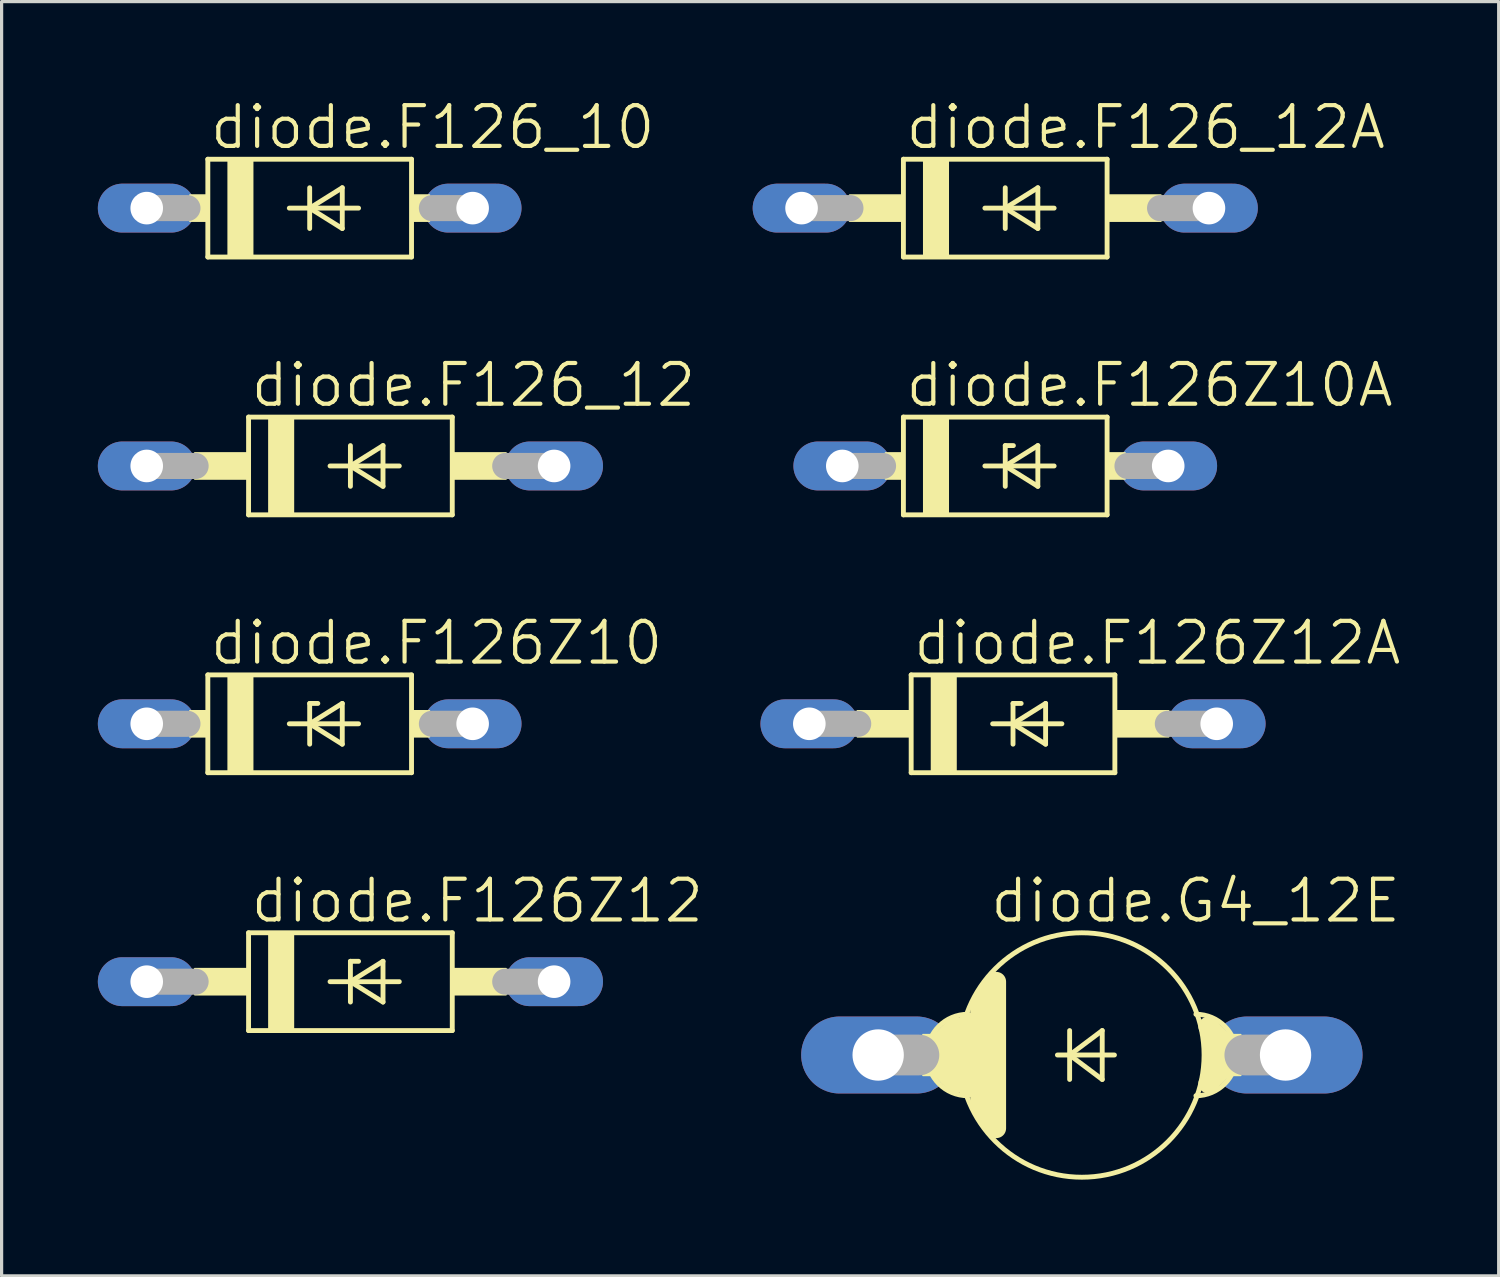
<source format=kicad_pcb>
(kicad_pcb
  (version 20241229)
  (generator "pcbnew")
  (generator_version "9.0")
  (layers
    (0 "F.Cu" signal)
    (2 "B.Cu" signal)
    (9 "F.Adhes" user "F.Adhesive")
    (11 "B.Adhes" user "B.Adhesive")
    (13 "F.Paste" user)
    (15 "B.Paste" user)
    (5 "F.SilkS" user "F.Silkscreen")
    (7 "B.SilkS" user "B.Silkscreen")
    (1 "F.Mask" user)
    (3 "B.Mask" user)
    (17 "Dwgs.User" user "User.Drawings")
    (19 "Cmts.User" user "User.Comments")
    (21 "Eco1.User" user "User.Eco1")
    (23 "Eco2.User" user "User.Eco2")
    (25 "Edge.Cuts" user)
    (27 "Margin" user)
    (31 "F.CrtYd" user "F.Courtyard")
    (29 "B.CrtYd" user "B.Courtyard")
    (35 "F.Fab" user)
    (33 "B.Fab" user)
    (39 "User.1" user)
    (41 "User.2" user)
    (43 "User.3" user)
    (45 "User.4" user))
  (footprint "diode.F126_12A"
    (layer "F.Cu")
    (at 28.288 3.438)
    (property "Reference" "diode.F126_12A" (at -3.175 -1.778 0) (layer "F.SilkS") (effects (font (size 1.27 1.27) (thickness 0.13)) (justify left bottom)))
    (attr through_hole)
    (fp_line (start -3.175 -1.524) (end -3.175 1.524) (stroke (width 0.152) (type default)) (layer "F.SilkS"))
    (fp_line (start -3.175 1.524) (end 3.175 1.524) (stroke (width 0.152) (type default)) (layer "F.SilkS"))
    (fp_line (start -0.635 0) (end 0 0) (stroke (width 0.152) (type default)) (layer "F.SilkS"))
    (fp_line (start 0 -0.635) (end 0 0) (stroke (width 0.152) (type default)) (layer "F.SilkS"))
    (fp_line (start 0 0) (end 0 0.635) (stroke (width 0.152) (type default)) (layer "F.SilkS"))
    (fp_line (start 0 0) (end 1.016 -0.635) (stroke (width 0.152) (type default)) (layer "F.SilkS"))
    (fp_line (start 0 0) (end 1.524 0) (stroke (width 0.152) (type default)) (layer "F.SilkS"))
    (fp_line (start 1.016 -0.635) (end 1.016 0.635) (stroke (width 0.152) (type default)) (layer "F.SilkS"))
    (fp_line (start 1.016 0.635) (end 0 0) (stroke (width 0.152) (type default)) (layer "F.SilkS"))
    (fp_line (start 3.175 -1.524) (end -3.175 -1.524) (stroke (width 0.152) (type default)) (layer "F.SilkS"))
    (fp_line (start 3.175 1.524) (end 3.175 -1.524) (stroke (width 0.152) (type default)) (layer "F.SilkS"))
    (fp_rect (start -4.851 0.406) (end -3.175 -0.406) (stroke (width 0.05) (type default)) (fill yes) (layer "F.SilkS"))
    (fp_rect (start -2.54 1.524) (end -1.778 -1.524) (stroke (width 0.05) (type default)) (fill yes) (layer "F.SilkS"))
    (fp_rect (start 3.175 0.406) (end 4.851 -0.406) (stroke (width 0.05) (type default)) (fill yes) (layer "F.SilkS"))
    (fp_line (start -6.35 0) (end -4.826 0) (stroke (width 0.813) (type default)) (layer "F.Fab"))
    (fp_line (start 6.35 0) (end 4.826 0) (stroke (width 0.813) (type default)) (layer "F.Fab"))
    (pad "A" thru_hole oval (at 6.35 0) (size 3.048 1.524) (drill 1.016) (layers "*.Cu" "*.Mask"))
    (pad "C" thru_hole oval (at -6.35 0) (size 3.048 1.524) (drill 1.016) (layers "*.Cu" "*.Mask")))
  (footprint "diode.F126Z12"
    (layer "F.Cu")
    (at 7.874 27.553)
    (property "Reference" "diode.F126Z12" (at -3.175 -1.778 0) (layer "F.SilkS") (effects (font (size 1.27 1.27) (thickness 0.13)) (justify left bottom)))
    (attr through_hole)
    (fp_line (start -3.175 -1.524) (end -3.175 1.524) (stroke (width 0.152) (type default)) (layer "F.SilkS"))
    (fp_line (start -3.175 1.524) (end 3.175 1.524) (stroke (width 0.152) (type default)) (layer "F.SilkS"))
    (fp_line (start -0.635 0) (end 0 0) (stroke (width 0.152) (type default)) (layer "F.SilkS"))
    (fp_line (start 0 -0.635) (end 0 0) (stroke (width 0.152) (type default)) (layer "F.SilkS"))
    (fp_line (start 0 0) (end 0 0.635) (stroke (width 0.152) (type default)) (layer "F.SilkS"))
    (fp_line (start 0 0) (end 1.016 -0.635) (stroke (width 0.152) (type default)) (layer "F.SilkS"))
    (fp_line (start 0 0) (end 1.524 0) (stroke (width 0.152) (type default)) (layer "F.SilkS"))
    (fp_line (start 0.254 -0.635) (end 0 -0.635) (stroke (width 0.152) (type default)) (layer "F.SilkS"))
    (fp_line (start 1.016 -0.635) (end 1.016 0.635) (stroke (width 0.152) (type default)) (layer "F.SilkS"))
    (fp_line (start 1.016 0.635) (end 0 0) (stroke (width 0.152) (type default)) (layer "F.SilkS"))
    (fp_line (start 3.175 -1.524) (end -3.175 -1.524) (stroke (width 0.152) (type default)) (layer "F.SilkS"))
    (fp_line (start 3.175 1.524) (end 3.175 -1.524) (stroke (width 0.152) (type default)) (layer "F.SilkS"))
    (fp_rect (start -4.851 0.406) (end -3.175 -0.406) (stroke (width 0.05) (type default)) (fill yes) (layer "F.SilkS"))
    (fp_rect (start -2.54 1.524) (end -1.778 -1.524) (stroke (width 0.05) (type default)) (fill yes) (layer "F.SilkS"))
    (fp_rect (start 3.175 0.406) (end 4.851 -0.406) (stroke (width 0.05) (type default)) (fill yes) (layer "F.SilkS"))
    (fp_line (start -6.35 0) (end -4.826 0) (stroke (width 0.813) (type default)) (layer "F.Fab"))
    (fp_line (start 6.35 0) (end 4.826 0) (stroke (width 0.813) (type default)) (layer "F.Fab"))
    (pad "A" thru_hole oval (at 6.35 0) (size 3.048 1.524) (drill 1.016) (layers "*.Cu" "*.Mask"))
    (pad "C" thru_hole oval (at -6.35 0) (size 3.048 1.524) (drill 1.016) (layers "*.Cu" "*.Mask")))
  (footprint "diode.F126Z12A"
    (layer "F.Cu")
    (at 28.53 19.514)
    (property "Reference" "diode.F126Z12A" (at -3.175 -1.778 0) (layer "F.SilkS") (effects (font (size 1.27 1.27) (thickness 0.13)) (justify left bottom)))
    (attr through_hole)
    (fp_line (start -3.175 -1.524) (end -3.175 1.524) (stroke (width 0.152) (type default)) (layer "F.SilkS"))
    (fp_line (start -3.175 1.524) (end 3.175 1.524) (stroke (width 0.152) (type default)) (layer "F.SilkS"))
    (fp_line (start -0.635 0) (end 0 0) (stroke (width 0.152) (type default)) (layer "F.SilkS"))
    (fp_line (start 0 -0.635) (end 0 0) (stroke (width 0.152) (type default)) (layer "F.SilkS"))
    (fp_line (start 0 0) (end 0 0.635) (stroke (width 0.152) (type default)) (layer "F.SilkS"))
    (fp_line (start 0 0) (end 1.016 -0.635) (stroke (width 0.152) (type default)) (layer "F.SilkS"))
    (fp_line (start 0 0) (end 1.524 0) (stroke (width 0.152) (type default)) (layer "F.SilkS"))
    (fp_line (start 0.254 -0.635) (end 0 -0.635) (stroke (width 0.152) (type default)) (layer "F.SilkS"))
    (fp_line (start 1.016 -0.635) (end 1.016 0.635) (stroke (width 0.152) (type default)) (layer "F.SilkS"))
    (fp_line (start 1.016 0.635) (end 0 0) (stroke (width 0.152) (type default)) (layer "F.SilkS"))
    (fp_line (start 3.175 -1.524) (end -3.175 -1.524) (stroke (width 0.152) (type default)) (layer "F.SilkS"))
    (fp_line (start 3.175 1.524) (end 3.175 -1.524) (stroke (width 0.152) (type default)) (layer "F.SilkS"))
    (fp_rect (start -4.851 0.406) (end -3.175 -0.406) (stroke (width 0.05) (type default)) (fill yes) (layer "F.SilkS"))
    (fp_rect (start -2.54 1.524) (end -1.778 -1.524) (stroke (width 0.05) (type default)) (fill yes) (layer "F.SilkS"))
    (fp_rect (start 3.175 0.406) (end 4.851 -0.406) (stroke (width 0.05) (type default)) (fill yes) (layer "F.SilkS"))
    (fp_line (start -6.35 0) (end -4.826 0) (stroke (width 0.813) (type default)) (layer "F.Fab"))
    (fp_line (start 6.35 0) (end 4.826 0) (stroke (width 0.813) (type default)) (layer "F.Fab"))
    (pad "A" thru_hole oval (at 6.35 0) (size 3.048 1.524) (drill 1.016) (layers "*.Cu" "*.Mask"))
    (pad "C" thru_hole oval (at -6.35 0) (size 3.048 1.524) (drill 1.016) (layers "*.Cu" "*.Mask")))
  (footprint "diode.G4_12E"
    (layer "F.Cu")
    (at 30.676 29.839)
    (property "Reference" "diode.G4_12E" (at -2.921 -4.064 0) (layer "F.SilkS") (effects (font (size 1.27 1.27) (thickness 0.13)) (justify left bottom)))
    (attr through_hole)
    (fp_line (start -4.318 -0.508) (end -3.937 -0.889) (stroke (width 0.61) (type default)) (layer "F.SilkS"))
    (fp_line (start -4.318 0.508) (end -3.937 0.889) (stroke (width 0.61) (type default)) (layer "F.SilkS"))
    (fp_line (start -3.556 -1.016) (end -3.556 1.016) (stroke (width 0.61) (type default)) (layer "F.SilkS"))
    (fp_line (start -3.175 -1.524) (end -3.175 1.524) (stroke (width 0.61) (type default)) (layer "F.SilkS"))
    (fp_line (start -3.175 1.524) (end -2.921 2.032) (stroke (width 0.61) (type default)) (layer "F.SilkS"))
    (fp_line (start -2.921 -2.032) (end -3.175 -1.524) (stroke (width 0.61) (type default)) (layer "F.SilkS"))
    (fp_line (start -2.667 2.286) (end -2.667 -2.286) (stroke (width 0.61) (type default)) (layer "F.SilkS"))
    (fp_line (start -0.762 0) (end -0.381 0) (stroke (width 0.152) (type default)) (layer "F.SilkS"))
    (fp_line (start -0.381 -0.762) (end -0.381 0) (stroke (width 0.152) (type default)) (layer "F.SilkS"))
    (fp_line (start -0.381 0) (end -0.381 0.762) (stroke (width 0.152) (type default)) (layer "F.SilkS"))
    (fp_line (start -0.381 0) (end 0.635 -0.762) (stroke (width 0.152) (type default)) (layer "F.SilkS"))
    (fp_line (start -0.381 0) (end 1.016 0) (stroke (width 0.152) (type default)) (layer "F.SilkS"))
    (fp_line (start 0.635 -0.762) (end 0.635 0.762) (stroke (width 0.152) (type default)) (layer "F.SilkS"))
    (fp_line (start 0.635 0.762) (end -0.381 0) (stroke (width 0.152) (type default)) (layer "F.SilkS"))
    (fp_line (start 3.937 -0.889) (end 4.318 -0.508) (stroke (width 0.61) (type default)) (layer "F.SilkS"))
    (fp_line (start 4.318 0.508) (end 3.937 0.889) (stroke (width 0.61) (type default)) (layer "F.SilkS"))
    (fp_rect (start -4.953 0.635) (end -3.81 -0.635) (stroke (width 0.05) (type default)) (fill yes) (layer "F.SilkS"))
    (fp_rect (start 3.81 0.635) (end 4.953 -0.635) (stroke (width 0.05) (type default)) (fill yes) (layer "F.SilkS"))
    (fp_arc (start -3.556 1.27) (mid -4.826 0) (end -3.556 -1.27) (stroke (width 0.1524) (type default)) (layer "F.SilkS"))
    (fp_arc (start 3.556 -1.27) (mid 4.826 0) (end 3.556 1.27) (stroke (width 0.1524) (type default)) (layer "F.SilkS"))
    (fp_circle (center 0 0) (end 3.81 0) (stroke (width 0.152) (type default)) (fill no) (layer "F.SilkS"))
    (fp_line (start -6.35 0) (end -5.08 0) (stroke (width 1.27) (type default)) (layer "F.Fab"))
    (fp_line (start 6.35 0) (end 5.08 0) (stroke (width 1.27) (type default)) (layer "F.Fab"))
    (pad "A" thru_hole oval (at 6.35 0) (size 4.801 2.4) (drill 1.6) (layers "*.Cu" "*.Mask"))
    (pad "C" thru_hole oval (at -6.35 0) (size 4.801 2.4) (drill 1.6) (layers "*.Cu" "*.Mask")))
  (footprint "diode.F126Z10A"
    (layer "F.Cu")
    (at 28.288 11.476)
    (property "Reference" "diode.F126Z10A" (at -3.175 -1.778 0) (layer "F.SilkS") (effects (font (size 1.27 1.27) (thickness 0.13)) (justify left bottom)))
    (attr through_hole)
    (fp_line (start -3.175 -1.524) (end -3.175 1.524) (stroke (width 0.152) (type default)) (layer "F.SilkS"))
    (fp_line (start -3.175 1.524) (end 3.175 1.524) (stroke (width 0.152) (type default)) (layer "F.SilkS"))
    (fp_line (start -0.635 0) (end 0 0) (stroke (width 0.152) (type default)) (layer "F.SilkS"))
    (fp_line (start 0 -0.635) (end 0 0) (stroke (width 0.152) (type default)) (layer "F.SilkS"))
    (fp_line (start 0 0) (end 0 0.635) (stroke (width 0.152) (type default)) (layer "F.SilkS"))
    (fp_line (start 0 0) (end 1.016 -0.635) (stroke (width 0.152) (type default)) (layer "F.SilkS"))
    (fp_line (start 0 0) (end 1.524 0) (stroke (width 0.152) (type default)) (layer "F.SilkS"))
    (fp_line (start 0.254 -0.635) (end 0 -0.635) (stroke (width 0.152) (type default)) (layer "F.SilkS"))
    (fp_line (start 1.016 -0.635) (end 1.016 0.635) (stroke (width 0.152) (type default)) (layer "F.SilkS"))
    (fp_line (start 1.016 0.635) (end 0 0) (stroke (width 0.152) (type default)) (layer "F.SilkS"))
    (fp_line (start 3.175 -1.524) (end -3.175 -1.524) (stroke (width 0.152) (type default)) (layer "F.SilkS"))
    (fp_line (start 3.175 1.524) (end 3.175 -1.524) (stroke (width 0.152) (type default)) (layer "F.SilkS"))
    (fp_rect (start -3.734 0.406) (end -3.175 -0.406) (stroke (width 0.05) (type default)) (fill yes) (layer "F.SilkS"))
    (fp_rect (start -2.54 1.524) (end -1.778 -1.524) (stroke (width 0.05) (type default)) (fill yes) (layer "F.SilkS"))
    (fp_rect (start 3.175 0.406) (end 3.734 -0.406) (stroke (width 0.05) (type default)) (fill yes) (layer "F.SilkS"))
    (fp_line (start -5.08 0) (end -3.81 0) (stroke (width 0.813) (type default)) (layer "F.Fab"))
    (fp_line (start 5.08 0) (end 3.81 0) (stroke (width 0.813) (type default)) (layer "F.Fab"))
    (pad "A" thru_hole oval (at 5.08 0) (size 3.048 1.524) (drill 1.016) (layers "*.Cu" "*.Mask"))
    (pad "C" thru_hole oval (at -5.08 0) (size 3.048 1.524) (drill 1.016) (layers "*.Cu" "*.Mask")))
  (footprint "diode.F126_12"
    (layer "F.Cu")
    (at 7.874 11.476)
    (property "Reference" "diode.F126_12" (at -3.175 -1.778 0) (layer "F.SilkS") (effects (font (size 1.27 1.27) (thickness 0.13)) (justify left bottom)))
    (attr through_hole)
    (fp_line (start -3.175 -1.524) (end -3.175 1.524) (stroke (width 0.152) (type default)) (layer "F.SilkS"))
    (fp_line (start -3.175 1.524) (end 3.175 1.524) (stroke (width 0.152) (type default)) (layer "F.SilkS"))
    (fp_line (start -0.635 0) (end 0 0) (stroke (width 0.152) (type default)) (layer "F.SilkS"))
    (fp_line (start 0 -0.635) (end 0 0) (stroke (width 0.152) (type default)) (layer "F.SilkS"))
    (fp_line (start 0 0) (end 0 0.635) (stroke (width 0.152) (type default)) (layer "F.SilkS"))
    (fp_line (start 0 0) (end 1.016 -0.635) (stroke (width 0.152) (type default)) (layer "F.SilkS"))
    (fp_line (start 0 0) (end 1.524 0) (stroke (width 0.152) (type default)) (layer "F.SilkS"))
    (fp_line (start 1.016 -0.635) (end 1.016 0.635) (stroke (width 0.152) (type default)) (layer "F.SilkS"))
    (fp_line (start 1.016 0.635) (end 0 0) (stroke (width 0.152) (type default)) (layer "F.SilkS"))
    (fp_line (start 3.175 -1.524) (end -3.175 -1.524) (stroke (width 0.152) (type default)) (layer "F.SilkS"))
    (fp_line (start 3.175 1.524) (end 3.175 -1.524) (stroke (width 0.152) (type default)) (layer "F.SilkS"))
    (fp_rect (start -4.851 0.406) (end -3.175 -0.406) (stroke (width 0.05) (type default)) (fill yes) (layer "F.SilkS"))
    (fp_rect (start -2.54 1.524) (end -1.778 -1.524) (stroke (width 0.05) (type default)) (fill yes) (layer "F.SilkS"))
    (fp_rect (start 3.175 0.406) (end 4.851 -0.406) (stroke (width 0.05) (type default)) (fill yes) (layer "F.SilkS"))
    (fp_line (start -6.35 0) (end -4.826 0) (stroke (width 0.813) (type default)) (layer "F.Fab"))
    (fp_line (start 6.35 0) (end 4.826 0) (stroke (width 0.813) (type default)) (layer "F.Fab"))
    (pad "A" thru_hole oval (at 6.35 0) (size 3.048 1.524) (drill 1.016) (layers "*.Cu" "*.Mask"))
    (pad "C" thru_hole oval (at -6.35 0) (size 3.048 1.524) (drill 1.016) (layers "*.Cu" "*.Mask")))
  (footprint "diode.F126_10"
    (layer "F.Cu")
    (at 6.604 3.438)
    (property "Reference" "diode.F126_10" (at -3.175 -1.778 0) (layer "F.SilkS") (effects (font (size 1.27 1.27) (thickness 0.13)) (justify left bottom)))
    (attr through_hole)
    (fp_line (start -3.175 -1.524) (end -3.175 1.524) (stroke (width 0.152) (type default)) (layer "F.SilkS"))
    (fp_line (start -3.175 1.524) (end 3.175 1.524) (stroke (width 0.152) (type default)) (layer "F.SilkS"))
    (fp_line (start -0.635 0) (end 0 0) (stroke (width 0.152) (type default)) (layer "F.SilkS"))
    (fp_line (start 0 -0.635) (end 0 0) (stroke (width 0.152) (type default)) (layer "F.SilkS"))
    (fp_line (start 0 0) (end 0 0.635) (stroke (width 0.152) (type default)) (layer "F.SilkS"))
    (fp_line (start 0 0) (end 1.016 -0.635) (stroke (width 0.152) (type default)) (layer "F.SilkS"))
    (fp_line (start 0 0) (end 1.524 0) (stroke (width 0.152) (type default)) (layer "F.SilkS"))
    (fp_line (start 1.016 -0.635) (end 1.016 0.635) (stroke (width 0.152) (type default)) (layer "F.SilkS"))
    (fp_line (start 1.016 0.635) (end 0 0) (stroke (width 0.152) (type default)) (layer "F.SilkS"))
    (fp_line (start 3.175 -1.524) (end -3.175 -1.524) (stroke (width 0.152) (type default)) (layer "F.SilkS"))
    (fp_line (start 3.175 1.524) (end 3.175 -1.524) (stroke (width 0.152) (type default)) (layer "F.SilkS"))
    (fp_rect (start -3.734 0.406) (end -3.175 -0.406) (stroke (width 0.05) (type default)) (fill yes) (layer "F.SilkS"))
    (fp_rect (start -2.54 1.524) (end -1.778 -1.524) (stroke (width 0.05) (type default)) (fill yes) (layer "F.SilkS"))
    (fp_rect (start 3.175 0.406) (end 3.734 -0.406) (stroke (width 0.05) (type default)) (fill yes) (layer "F.SilkS"))
    (fp_line (start -5.08 0) (end -3.81 0) (stroke (width 0.813) (type default)) (layer "F.Fab"))
    (fp_line (start 5.08 0) (end 3.81 0) (stroke (width 0.813) (type default)) (layer "F.Fab"))
    (pad "A" thru_hole oval (at 5.08 0) (size 3.048 1.524) (drill 1.016) (layers "*.Cu" "*.Mask"))
    (pad "C" thru_hole oval (at -5.08 0) (size 3.048 1.524) (drill 1.016) (layers "*.Cu" "*.Mask")))
  (footprint "diode.F126Z10"
    (layer "F.Cu")
    (at 6.604 19.514)
    (property "Reference" "diode.F126Z10" (at -3.175 -1.778 0) (layer "F.SilkS") (effects (font (size 1.27 1.27) (thickness 0.13)) (justify left bottom)))
    (attr through_hole)
    (fp_line (start -3.175 -1.524) (end -3.175 1.524) (stroke (width 0.152) (type default)) (layer "F.SilkS"))
    (fp_line (start -3.175 1.524) (end 3.175 1.524) (stroke (width 0.152) (type default)) (layer "F.SilkS"))
    (fp_line (start -0.635 0) (end 0 0) (stroke (width 0.152) (type default)) (layer "F.SilkS"))
    (fp_line (start 0 -0.635) (end 0 0) (stroke (width 0.152) (type default)) (layer "F.SilkS"))
    (fp_line (start 0 0) (end 0 0.635) (stroke (width 0.152) (type default)) (layer "F.SilkS"))
    (fp_line (start 0 0) (end 1.016 -0.635) (stroke (width 0.152) (type default)) (layer "F.SilkS"))
    (fp_line (start 0 0) (end 1.524 0) (stroke (width 0.152) (type default)) (layer "F.SilkS"))
    (fp_line (start 0.254 -0.635) (end 0 -0.635) (stroke (width 0.152) (type default)) (layer "F.SilkS"))
    (fp_line (start 1.016 -0.635) (end 1.016 0.635) (stroke (width 0.152) (type default)) (layer "F.SilkS"))
    (fp_line (start 1.016 0.635) (end 0 0) (stroke (width 0.152) (type default)) (layer "F.SilkS"))
    (fp_line (start 3.175 -1.524) (end -3.175 -1.524) (stroke (width 0.152) (type default)) (layer "F.SilkS"))
    (fp_line (start 3.175 1.524) (end 3.175 -1.524) (stroke (width 0.152) (type default)) (layer "F.SilkS"))
    (fp_rect (start -3.734 0.406) (end -3.175 -0.406) (stroke (width 0.05) (type default)) (fill yes) (layer "F.SilkS"))
    (fp_rect (start -2.54 1.524) (end -1.778 -1.524) (stroke (width 0.05) (type default)) (fill yes) (layer "F.SilkS"))
    (fp_rect (start 3.175 0.406) (end 3.734 -0.406) (stroke (width 0.05) (type default)) (fill yes) (layer "F.SilkS"))
    (fp_line (start -5.08 0) (end -3.81 0) (stroke (width 0.813) (type default)) (layer "F.Fab"))
    (fp_line (start 5.08 0) (end 3.81 0) (stroke (width 0.813) (type default)) (layer "F.Fab"))
    (pad "A" thru_hole oval (at 5.08 0) (size 3.048 1.524) (drill 1.016) (layers "*.Cu" "*.Mask"))
    (pad "C" thru_hole oval (at -5.08 0) (size 3.048 1.524) (drill 1.016) (layers "*.Cu" "*.Mask")))
  (gr_rect
    (start -3 -3)
    (end 43.67 36.725)
    (stroke (width 0.1) (type default))
    (fill no)
    (layer "Edge.Cuts")))
</source>
